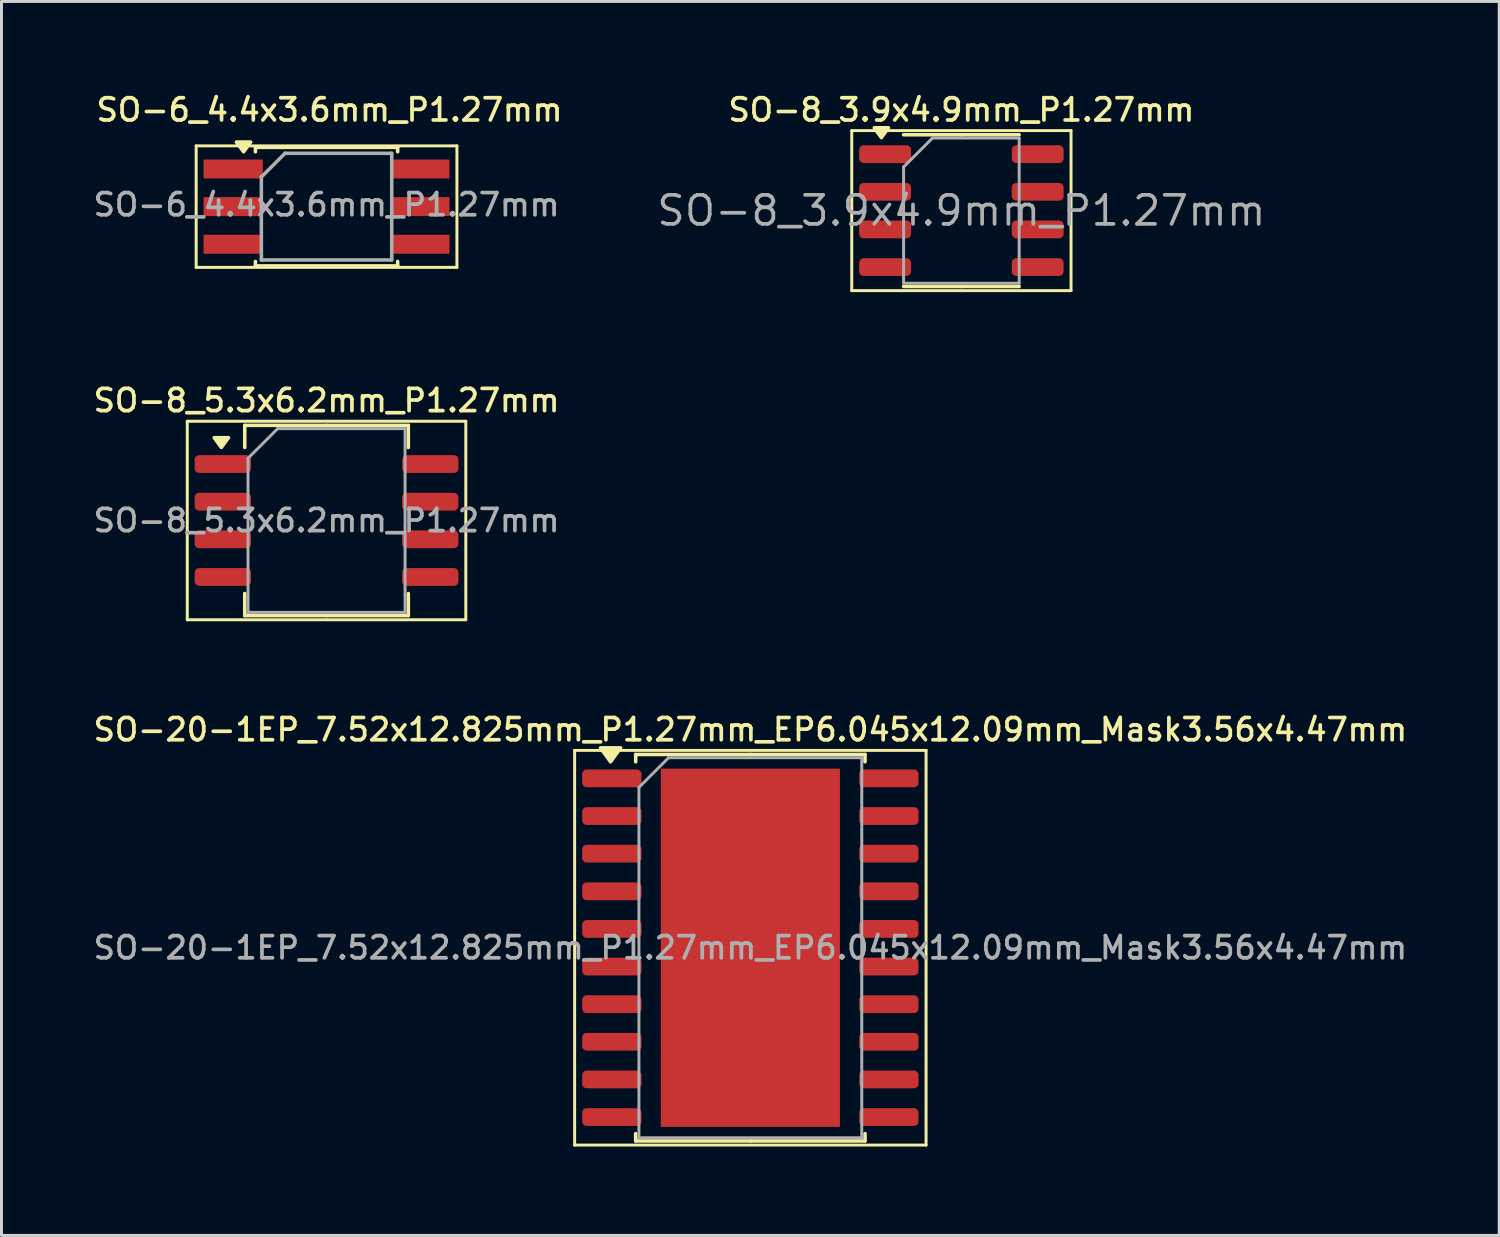
<source format=kicad_pcb>
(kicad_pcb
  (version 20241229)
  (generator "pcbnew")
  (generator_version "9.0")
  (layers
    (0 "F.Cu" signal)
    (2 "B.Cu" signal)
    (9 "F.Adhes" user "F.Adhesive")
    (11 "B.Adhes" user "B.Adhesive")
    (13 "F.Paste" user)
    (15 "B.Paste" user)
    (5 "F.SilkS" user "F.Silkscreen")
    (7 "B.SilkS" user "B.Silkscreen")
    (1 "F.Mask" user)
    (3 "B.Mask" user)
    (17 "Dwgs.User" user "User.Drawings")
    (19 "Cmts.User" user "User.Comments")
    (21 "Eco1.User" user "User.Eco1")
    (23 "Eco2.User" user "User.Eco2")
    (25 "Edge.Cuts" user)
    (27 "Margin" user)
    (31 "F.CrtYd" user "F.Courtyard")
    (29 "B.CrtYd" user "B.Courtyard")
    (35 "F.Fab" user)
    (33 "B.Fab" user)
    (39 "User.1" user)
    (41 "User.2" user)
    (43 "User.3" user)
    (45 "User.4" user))
  (footprint "SO-8_3.9x4.9mm_P1.27mm"
    (layer "F.Cu")
    (at 29.395 4.058)
    (property "Reference" "SO-8_3.9x4.9mm_P1.27mm" (at 0 -3.4 0) (layer "F.SilkS") (effects (font (size 0.75 0.75) (thickness 0.125))))
    (attr smd)
    (fp_line (start -3.7 -2.7) (end -3.7 2.7) (stroke (width 0.1) (type solid)) (layer "F.SilkS"))
    (fp_line (start -3.7 2.7) (end 3.7 2.7) (stroke (width 0.1) (type solid)) (layer "F.SilkS"))
    (fp_line (start 0 -2.56) (end -1.95 -2.56) (stroke (width 0.12) (type solid)) (layer "F.SilkS"))
    (fp_line (start 0 -2.56) (end 1.95 -2.56) (stroke (width 0.12) (type solid)) (layer "F.SilkS"))
    (fp_line (start 0 2.56) (end -1.95 2.56) (stroke (width 0.12) (type solid)) (layer "F.SilkS"))
    (fp_line (start 0 2.56) (end 1.95 2.56) (stroke (width 0.12) (type solid)) (layer "F.SilkS"))
    (fp_line (start 3.7 -2.7) (end -3.7 -2.7) (stroke (width 0.1) (type solid)) (layer "F.SilkS"))
    (fp_line (start 3.7 2.7) (end 3.7 -2.7) (stroke (width 0.1) (type solid)) (layer "F.SilkS"))
    (fp_poly (pts (xy -2.7 -2.465) (xy -2.94 -2.795) (xy -2.46 -2.795) (xy -2.7 -2.465)) (stroke (width 0.12) (type solid)) (fill yes) (layer "F.SilkS"))
    (fp_line (start -1.95 -1.475) (end -0.975 -2.45) (stroke (width 0.1) (type solid)) (layer "F.Fab"))
    (fp_line (start -1.95 2.45) (end -1.95 -1.475) (stroke (width 0.1) (type solid)) (layer "F.Fab"))
    (fp_line (start -0.975 -2.45) (end 1.95 -2.45) (stroke (width 0.1) (type solid)) (layer "F.Fab"))
    (fp_line (start 1.95 -2.45) (end 1.95 2.45) (stroke (width 0.1) (type solid)) (layer "F.Fab"))
    (fp_line (start 1.95 2.45) (end -1.95 2.45) (stroke (width 0.1) (type solid)) (layer "F.Fab"))
    (fp_text user "${REFERENCE}" (at 0 0 0) (layer "F.Fab") (effects (font (size 0.98 0.98) (thickness 0.125))))
    (pad "1" smd roundrect (at -2.575 -1.905) (size 1.75 0.6) (layers "F.Cu" "F.Mask" "F.Paste") (roundrect_rratio 0.25))
    (pad "2" smd roundrect (at -2.575 -0.635) (size 1.75 0.6) (layers "F.Cu" "F.Mask" "F.Paste") (roundrect_rratio 0.25))
    (pad "3" smd roundrect (at -2.575 0.635) (size 1.75 0.6) (layers "F.Cu" "F.Mask" "F.Paste") (roundrect_rratio 0.25))
    (pad "4" smd roundrect (at -2.575 1.905) (size 1.75 0.6) (layers "F.Cu" "F.Mask" "F.Paste") (roundrect_rratio 0.25))
    (pad "5" smd roundrect (at 2.575 1.905) (size 1.75 0.6) (layers "F.Cu" "F.Mask" "F.Paste") (roundrect_rratio 0.25))
    (pad "6" smd roundrect (at 2.575 0.635) (size 1.75 0.6) (layers "F.Cu" "F.Mask" "F.Paste") (roundrect_rratio 0.25))
    (pad "7" smd roundrect (at 2.575 -0.635) (size 1.75 0.6) (layers "F.Cu" "F.Mask" "F.Paste") (roundrect_rratio 0.25))
    (pad "8" smd roundrect (at 2.575 -1.905) (size 1.75 0.6) (layers "F.Cu" "F.Mask" "F.Paste") (roundrect_rratio 0.25)))
  (footprint "SO-6_4.4x3.6mm_P1.27mm"
    (layer "F.Cu")
    (at 7.97 3.923)
    (property "Reference" "SO-6_4.4x3.6mm_P1.27mm" (at 0.1 -3.265 0) (layer "F.SilkS") (effects (font (size 0.75 0.75) (thickness 0.125))))
    (attr smd)
    (fp_line (start -4.4 -2.05) (end -4.4 2.05) (stroke (width 0.1) (type solid)) (layer "F.SilkS"))
    (fp_line (start -4.4 -2.05) (end 4.4 -2.05) (stroke (width 0.1) (type solid)) (layer "F.SilkS"))
    (fp_line (start -2.4 -2) (end 2.4 -2) (stroke (width 0.12) (type solid)) (layer "F.SilkS"))
    (fp_line (start -2.4 -1.85) (end -2.4 -2) (stroke (width 0.12) (type solid)) (layer "F.SilkS"))
    (fp_line (start -2.4 2) (end -2.4 1.85) (stroke (width 0.12) (type solid)) (layer "F.SilkS"))
    (fp_line (start 2.4 -2) (end 2.4 -1.85) (stroke (width 0.12) (type solid)) (layer "F.SilkS"))
    (fp_line (start 2.4 2) (end -2.4 2) (stroke (width 0.12) (type solid)) (layer "F.SilkS"))
    (fp_line (start 2.4 2) (end 2.4 1.85) (stroke (width 0.12) (type solid)) (layer "F.SilkS"))
    (fp_line (start 4.4 2.05) (end -4.4 2.05) (stroke (width 0.1) (type solid)) (layer "F.SilkS"))
    (fp_line (start 4.4 2.05) (end 4.4 -2.05) (stroke (width 0.1) (type solid)) (layer "F.SilkS"))
    (fp_poly (pts (xy -2.8 -1.85) (xy -3.04 -2.18) (xy -2.56 -2.18) (xy -2.8 -1.85)) (stroke (width 0.12) (type solid)) (fill yes) (layer "F.SilkS"))
    (fp_line (start -2.2 -1) (end -1.4 -1.8) (stroke (width 0.12) (type solid)) (layer "F.Fab"))
    (fp_line (start -2.2 1.8) (end -2.2 -1) (stroke (width 0.12) (type solid)) (layer "F.Fab"))
    (fp_line (start -1.4 -1.8) (end 2.2 -1.8) (stroke (width 0.12) (type solid)) (layer "F.Fab"))
    (fp_line (start 2.2 -1.8) (end 2.2 1.8) (stroke (width 0.12) (type solid)) (layer "F.Fab"))
    (fp_line (start 2.2 1.8) (end -2.2 1.8) (stroke (width 0.12) (type solid)) (layer "F.Fab"))
    (fp_text user "${REFERENCE}" (at 0 -0.065 0) (layer "F.Fab") (effects (font (size 0.75 0.75) (thickness 0.125))))
    (pad "1" smd rect (at -3.15 -1.27) (size 2 0.64) (layers "F.Cu" "F.Mask" "F.Paste"))
    (pad "2" smd rect (at -3.15 0) (size 2 0.64) (layers "F.Cu" "F.Mask" "F.Paste"))
    (pad "3" smd rect (at -3.15 1.27) (size 2 0.64) (layers "F.Cu" "F.Mask" "F.Paste"))
    (pad "4" smd rect (at 3.15 1.27) (size 2 0.64) (layers "F.Cu" "F.Mask" "F.Paste"))
    (pad "5" smd rect (at 3.15 0) (size 2 0.64) (layers "F.Cu" "F.Mask" "F.Paste"))
    (pad "6" smd rect (at 3.15 -1.27) (size 2 0.64) (layers "F.Cu" "F.Mask" "F.Paste")))
  (footprint "SO-8_5.3x6.2mm_P1.27mm"
    (layer "F.Cu")
    (at 7.97 14.516)
    (property "Reference" "SO-8_5.3x6.2mm_P1.27mm" (at 0 -4.05 0) (layer "F.SilkS") (effects (font (size 0.75 0.75) (thickness 0.125))))
    (attr smd)
    (fp_line (start -4.7 -3.35) (end -4.7 3.35) (stroke (width 0.1) (type solid)) (layer "F.SilkS"))
    (fp_line (start -4.7 3.35) (end 4.7 3.35) (stroke (width 0.1) (type solid)) (layer "F.SilkS"))
    (fp_line (start -2.76 -3.21) (end -2.76 -2.465) (stroke (width 0.12) (type solid)) (layer "F.SilkS"))
    (fp_line (start -2.76 3.21) (end -2.76 2.465) (stroke (width 0.12) (type solid)) (layer "F.SilkS"))
    (fp_line (start 0 -3.21) (end -2.76 -3.21) (stroke (width 0.12) (type solid)) (layer "F.SilkS"))
    (fp_line (start 0 -3.21) (end 2.76 -3.21) (stroke (width 0.12) (type solid)) (layer "F.SilkS"))
    (fp_line (start 0 3.21) (end -2.76 3.21) (stroke (width 0.12) (type solid)) (layer "F.SilkS"))
    (fp_line (start 0 3.21) (end 2.76 3.21) (stroke (width 0.12) (type solid)) (layer "F.SilkS"))
    (fp_line (start 2.76 -3.21) (end 2.76 -2.465) (stroke (width 0.12) (type solid)) (layer "F.SilkS"))
    (fp_line (start 2.76 3.21) (end 2.76 2.465) (stroke (width 0.12) (type solid)) (layer "F.SilkS"))
    (fp_line (start 4.7 -3.35) (end -4.7 -3.35) (stroke (width 0.1) (type solid)) (layer "F.SilkS"))
    (fp_line (start 4.7 3.35) (end 4.7 -3.35) (stroke (width 0.1) (type solid)) (layer "F.SilkS"))
    (fp_poly (pts (xy -3.55 -2.465) (xy -3.79 -2.795) (xy -3.31 -2.795) (xy -3.55 -2.465)) (stroke (width 0.12) (type solid)) (fill yes) (layer "F.SilkS"))
    (fp_line (start -2.65 -2.1) (end -1.65 -3.1) (stroke (width 0.1) (type solid)) (layer "F.Fab"))
    (fp_line (start -2.65 3.1) (end -2.65 -2.1) (stroke (width 0.1) (type solid)) (layer "F.Fab"))
    (fp_line (start -1.65 -3.1) (end 2.65 -3.1) (stroke (width 0.1) (type solid)) (layer "F.Fab"))
    (fp_line (start 2.65 -3.1) (end 2.65 3.1) (stroke (width 0.1) (type solid)) (layer "F.Fab"))
    (fp_line (start 2.65 3.1) (end -2.65 3.1) (stroke (width 0.1) (type solid)) (layer "F.Fab"))
    (fp_text user "${REFERENCE}" (at 0 0 0) (layer "F.Fab") (effects (font (size 0.75 0.75) (thickness 0.125))))
    (pad "1" smd roundrect (at -3.5 -1.905) (size 1.9 0.6) (layers "F.Cu" "F.Mask" "F.Paste") (roundrect_rratio 0.25))
    (pad "2" smd roundrect (at -3.5 -0.635) (size 1.9 0.6) (layers "F.Cu" "F.Mask" "F.Paste") (roundrect_rratio 0.25))
    (pad "3" smd roundrect (at -3.5 0.635) (size 1.9 0.6) (layers "F.Cu" "F.Mask" "F.Paste") (roundrect_rratio 0.25))
    (pad "4" smd roundrect (at -3.5 1.905) (size 1.9 0.6) (layers "F.Cu" "F.Mask" "F.Paste") (roundrect_rratio 0.25))
    (pad "5" smd roundrect (at 3.5 1.905) (size 1.9 0.6) (layers "F.Cu" "F.Mask" "F.Paste") (roundrect_rratio 0.25))
    (pad "6" smd roundrect (at 3.5 0.635) (size 1.9 0.6) (layers "F.Cu" "F.Mask" "F.Paste") (roundrect_rratio 0.25))
    (pad "7" smd roundrect (at 3.5 -0.635) (size 1.9 0.6) (layers "F.Cu" "F.Mask" "F.Paste") (roundrect_rratio 0.25))
    (pad "8" smd roundrect (at 3.5 -1.905) (size 1.9 0.6) (layers "F.Cu" "F.Mask" "F.Paste") (roundrect_rratio 0.25)))
  (footprint "SO-20-1EP_7.52x12.825mm_P1.27mm_EP6.045x12.09mm_Mask3.56x4.47mm"
    (layer "F.Cu")
    (at 22.273 28.934)
    (property "Reference" "SO-20-1EP_7.52x12.825mm_P1.27mm_EP6.045x12.09mm_Mask3.56x4.47mm" (at 0 -7.36 0) (layer "F.SilkS") (effects (font (size 0.75 0.75) (thickness 0.125))))
    (attr smd)
    (fp_line (start -5.93 -6.66) (end -5.93 6.66) (stroke (width 0.1) (type solid)) (layer "F.SilkS"))
    (fp_line (start -5.93 6.66) (end 5.93 6.66) (stroke (width 0.1) (type solid)) (layer "F.SilkS"))
    (fp_line (start -3.87 -6.522) (end -3.87 -6.275) (stroke (width 0.12) (type solid)) (layer "F.SilkS"))
    (fp_line (start -3.87 6.522) (end -3.87 6.275) (stroke (width 0.12) (type solid)) (layer "F.SilkS"))
    (fp_line (start 0 -6.522) (end -3.87 -6.522) (stroke (width 0.12) (type solid)) (layer "F.SilkS"))
    (fp_line (start 0 -6.522) (end 3.87 -6.522) (stroke (width 0.12) (type solid)) (layer "F.SilkS"))
    (fp_line (start 0 6.522) (end -3.87 6.522) (stroke (width 0.12) (type solid)) (layer "F.SilkS"))
    (fp_line (start 0 6.522) (end 3.87 6.522) (stroke (width 0.12) (type solid)) (layer "F.SilkS"))
    (fp_line (start 3.87 -6.522) (end 3.87 -6.275) (stroke (width 0.12) (type solid)) (layer "F.SilkS"))
    (fp_line (start 3.87 6.522) (end 3.87 6.275) (stroke (width 0.12) (type solid)) (layer "F.SilkS"))
    (fp_line (start 5.93 -6.66) (end -5.93 -6.66) (stroke (width 0.1) (type solid)) (layer "F.SilkS"))
    (fp_line (start 5.93 6.66) (end 5.93 -6.66) (stroke (width 0.1) (type solid)) (layer "F.SilkS"))
    (fp_poly (pts (xy -4.718 -6.275) (xy -5.058 -6.745) (xy -4.378 -6.745) (xy -4.718 -6.275)) (stroke (width 0.12) (type solid)) (fill yes) (layer "F.SilkS"))
    (fp_line (start -3.76 -5.412) (end -2.76 -6.412) (stroke (width 0.1) (type solid)) (layer "F.Fab"))
    (fp_line (start -3.76 6.412) (end -3.76 -5.412) (stroke (width 0.1) (type solid)) (layer "F.Fab"))
    (fp_line (start -2.76 -6.412) (end 3.76 -6.412) (stroke (width 0.1) (type solid)) (layer "F.Fab"))
    (fp_line (start 3.76 -6.412) (end 3.76 6.412) (stroke (width 0.1) (type solid)) (layer "F.Fab"))
    (fp_line (start 3.76 6.412) (end -3.76 6.412) (stroke (width 0.1) (type solid)) (layer "F.Fab"))
    (fp_text user "${REFERENCE}" (at 0 0 0) (layer "F.Fab") (effects (font (size 0.75 0.75) (thickness 0.125))))
    (pad "" smd roundrect (at 0 0) (size 2.87 3.6) (layers "F.Paste") (roundrect_rratio 0.087))
    (pad "" smd rect (at 0 0) (size 3.56 4.47) (layers "F.Mask"))
    (pad "1" smd roundrect (at -4.675 -5.715) (size 2 0.6) (layers "F.Cu" "F.Mask" "F.Paste") (roundrect_rratio 0.25))
    (pad "2" smd roundrect (at -4.675 -4.445) (size 2 0.6) (layers "F.Cu" "F.Mask" "F.Paste") (roundrect_rratio 0.25))
    (pad "3" smd roundrect (at -4.675 -3.175) (size 2 0.6) (layers "F.Cu" "F.Mask" "F.Paste") (roundrect_rratio 0.25))
    (pad "4" smd roundrect (at -4.675 -1.905) (size 2 0.6) (layers "F.Cu" "F.Mask" "F.Paste") (roundrect_rratio 0.25))
    (pad "5" smd roundrect (at -4.675 -0.635) (size 2 0.6) (layers "F.Cu" "F.Mask" "F.Paste") (roundrect_rratio 0.25))
    (pad "6" smd roundrect (at -4.675 0.635) (size 2 0.6) (layers "F.Cu" "F.Mask" "F.Paste") (roundrect_rratio 0.25))
    (pad "7" smd roundrect (at -4.675 1.905) (size 2 0.6) (layers "F.Cu" "F.Mask" "F.Paste") (roundrect_rratio 0.25))
    (pad "8" smd roundrect (at -4.675 3.175) (size 2 0.6) (layers "F.Cu" "F.Mask" "F.Paste") (roundrect_rratio 0.25))
    (pad "9" smd roundrect (at -4.675 4.445) (size 2 0.6) (layers "F.Cu" "F.Mask" "F.Paste") (roundrect_rratio 0.25))
    (pad "10" smd roundrect (at -4.675 5.715) (size 2 0.6) (layers "F.Cu" "F.Mask" "F.Paste") (roundrect_rratio 0.25))
    (pad "11" smd roundrect (at 4.675 5.715) (size 2 0.6) (layers "F.Cu" "F.Mask" "F.Paste") (roundrect_rratio 0.25))
    (pad "12" smd roundrect (at 4.675 4.445) (size 2 0.6) (layers "F.Cu" "F.Mask" "F.Paste") (roundrect_rratio 0.25))
    (pad "13" smd roundrect (at 4.675 3.175) (size 2 0.6) (layers "F.Cu" "F.Mask" "F.Paste") (roundrect_rratio 0.25))
    (pad "14" smd roundrect (at 4.675 1.905) (size 2 0.6) (layers "F.Cu" "F.Mask" "F.Paste") (roundrect_rratio 0.25))
    (pad "15" smd roundrect (at 4.675 0.635) (size 2 0.6) (layers "F.Cu" "F.Mask" "F.Paste") (roundrect_rratio 0.25))
    (pad "16" smd roundrect (at 4.675 -0.635) (size 2 0.6) (layers "F.Cu" "F.Mask" "F.Paste") (roundrect_rratio 0.25))
    (pad "17" smd roundrect (at 4.675 -1.905) (size 2 0.6) (layers "F.Cu" "F.Mask" "F.Paste") (roundrect_rratio 0.25))
    (pad "18" smd roundrect (at 4.675 -3.175) (size 2 0.6) (layers "F.Cu" "F.Mask" "F.Paste") (roundrect_rratio 0.25))
    (pad "19" smd roundrect (at 4.675 -4.445) (size 2 0.6) (layers "F.Cu" "F.Mask" "F.Paste") (roundrect_rratio 0.25))
    (pad "20" smd roundrect (at 4.675 -5.715) (size 2 0.6) (layers "F.Cu" "F.Mask" "F.Paste") (roundrect_rratio 0.25))
    (pad "21" smd rect (at 0 0) (size 6.045 12.09) (property pad_prop_heatsink) (layers "F.Cu")))
  (gr_rect
    (start -3 -3)
    (end 47.546 38.644)
    (stroke (width 0.1) (type default))
    (fill no)
    (layer "Edge.Cuts")))
</source>
